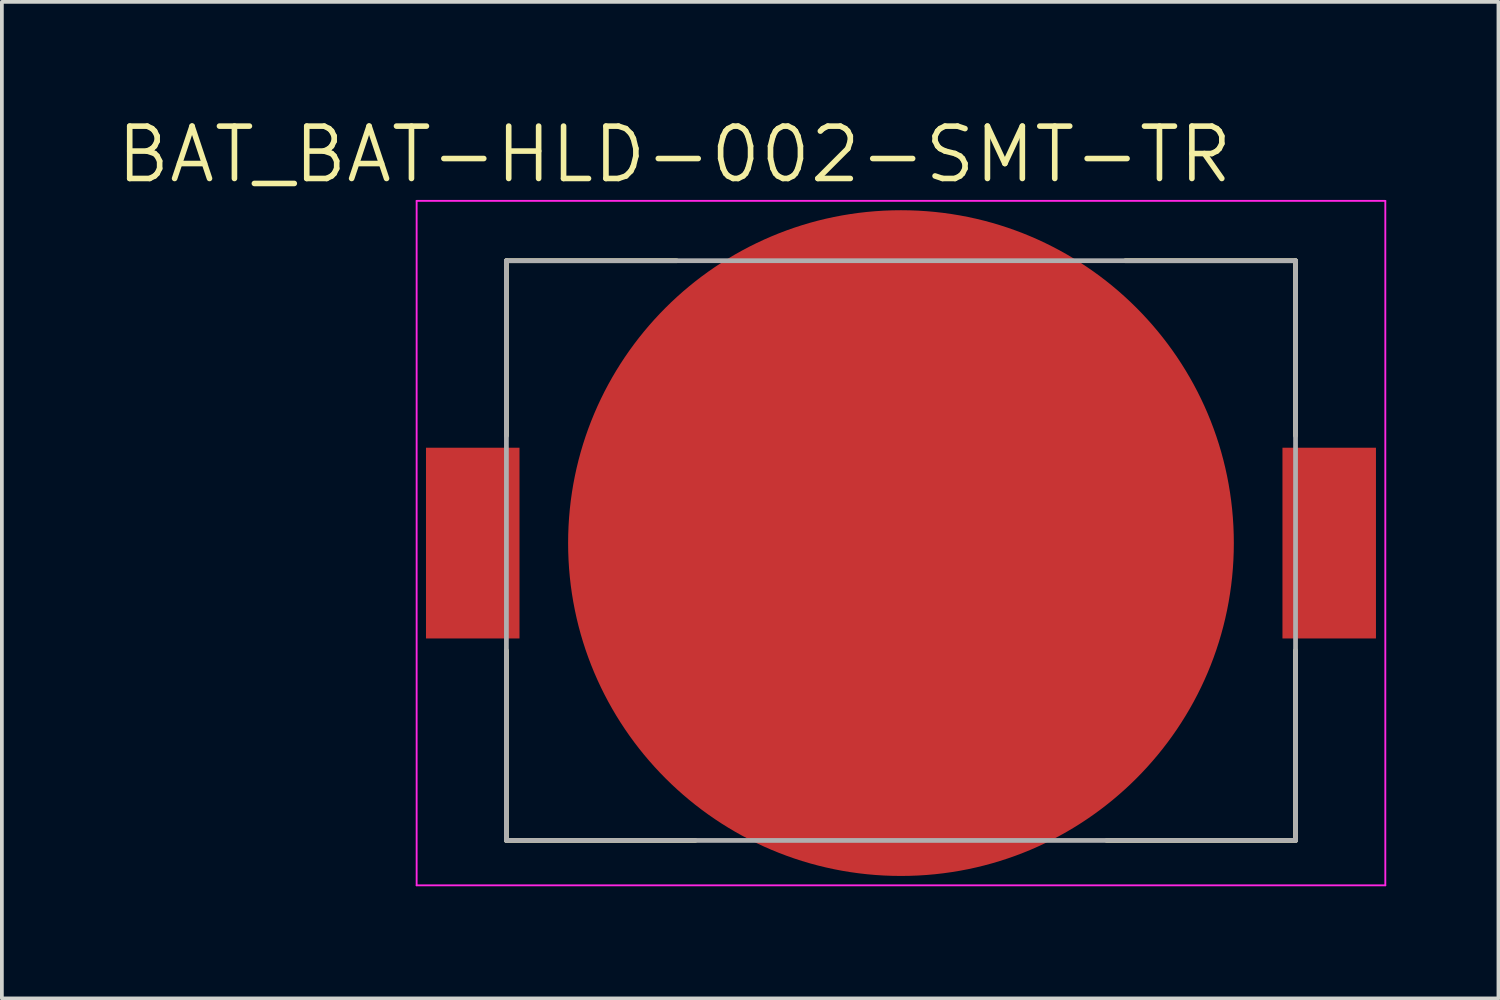
<source format=kicad_pcb>
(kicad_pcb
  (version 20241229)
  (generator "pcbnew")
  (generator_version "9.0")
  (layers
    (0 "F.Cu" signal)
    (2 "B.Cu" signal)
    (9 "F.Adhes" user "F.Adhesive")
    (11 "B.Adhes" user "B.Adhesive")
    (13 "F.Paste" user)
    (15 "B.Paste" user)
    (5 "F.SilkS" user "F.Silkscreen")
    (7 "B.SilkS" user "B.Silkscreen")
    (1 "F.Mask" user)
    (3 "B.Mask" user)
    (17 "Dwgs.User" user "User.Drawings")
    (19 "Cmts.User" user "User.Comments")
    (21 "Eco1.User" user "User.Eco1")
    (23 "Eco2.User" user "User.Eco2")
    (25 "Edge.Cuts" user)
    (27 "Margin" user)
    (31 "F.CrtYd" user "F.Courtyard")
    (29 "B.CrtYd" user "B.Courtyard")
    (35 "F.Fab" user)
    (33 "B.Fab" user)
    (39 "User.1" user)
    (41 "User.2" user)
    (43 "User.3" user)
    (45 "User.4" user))
  (footprint "BAT_BAT-HLD-002-SMT-TR"
    (layer "F.Cu")
    (at 21.04 11.471)
    (property "Reference" "BAT_BAT-HLD-002-SMT-TR" (at -6.055 -10.389 0) (layer "F.SilkS") (effects (font (size 1.4 1.4) (thickness 0.15))))
    (attr smd)
    (fp_line (start -10.55 -7.55) (end -6 -7.55) (stroke (width 0.127) (type solid)) (layer "F.SilkS"))
    (fp_line (start -10.55 -2.87) (end -10.55 -7.55) (stroke (width 0.127) (type solid)) (layer "F.SilkS"))
    (fp_line (start -10.55 2.87) (end -10.55 7.95) (stroke (width 0.127) (type solid)) (layer "F.SilkS"))
    (fp_line (start -10.55 7.95) (end -5.5 7.95) (stroke (width 0.127) (type solid)) (layer "F.SilkS"))
    (fp_line (start 5.5 7.95) (end 10.55 7.95) (stroke (width 0.127) (type solid)) (layer "F.SilkS"))
    (fp_line (start 6 -7.55) (end 10.55 -7.55) (stroke (width 0.127) (type solid)) (layer "F.SilkS"))
    (fp_line (start 10.55 -7.55) (end 10.55 -2.87) (stroke (width 0.127) (type solid)) (layer "F.SilkS"))
    (fp_line (start 10.55 7.95) (end 10.55 2.87) (stroke (width 0.127) (type solid)) (layer "F.SilkS"))
    (fp_line (start -12.95 -9.15) (end 12.95 -9.15) (stroke (width 0.05) (type solid)) (layer "F.CrtYd"))
    (fp_line (start -12.95 9.15) (end -12.95 -9.15) (stroke (width 0.05) (type solid)) (layer "F.CrtYd"))
    (fp_line (start 12.95 -9.15) (end 12.95 9.15) (stroke (width 0.05) (type solid)) (layer "F.CrtYd"))
    (fp_line (start 12.95 9.15) (end -12.95 9.15) (stroke (width 0.05) (type solid)) (layer "F.CrtYd"))
    (fp_line (start -10.55 -7.55) (end 10.55 -7.55) (stroke (width 0.127) (type solid)) (layer "F.Fab"))
    (fp_line (start -10.55 7.95) (end -10.55 -7.55) (stroke (width 0.127) (type solid)) (layer "F.Fab"))
    (fp_line (start 10.55 -7.55) (end 10.55 7.95) (stroke (width 0.127) (type solid)) (layer "F.Fab"))
    (fp_line (start 10.55 7.95) (end -10.55 7.95) (stroke (width 0.127) (type solid)) (layer "F.Fab"))
    (pad "1" smd rect (at 11.45 0) (size 2.5 5.1) (layers "F.Cu" "F.Mask" "F.Paste"))
    (pad "2" smd rect (at -11.45 0) (size 2.5 5.1) (layers "F.Cu" "F.Mask" "F.Paste"))
    (pad "3" smd circle (at 0 0) (size 17.8 17.8) (layers "F.Cu" "F.Mask")))
  (gr_rect
    (start -3 -3)
    (end 37.015 23.646)
    (stroke (width 0.1) (type default))
    (fill no)
    (layer "Edge.Cuts")))
</source>
